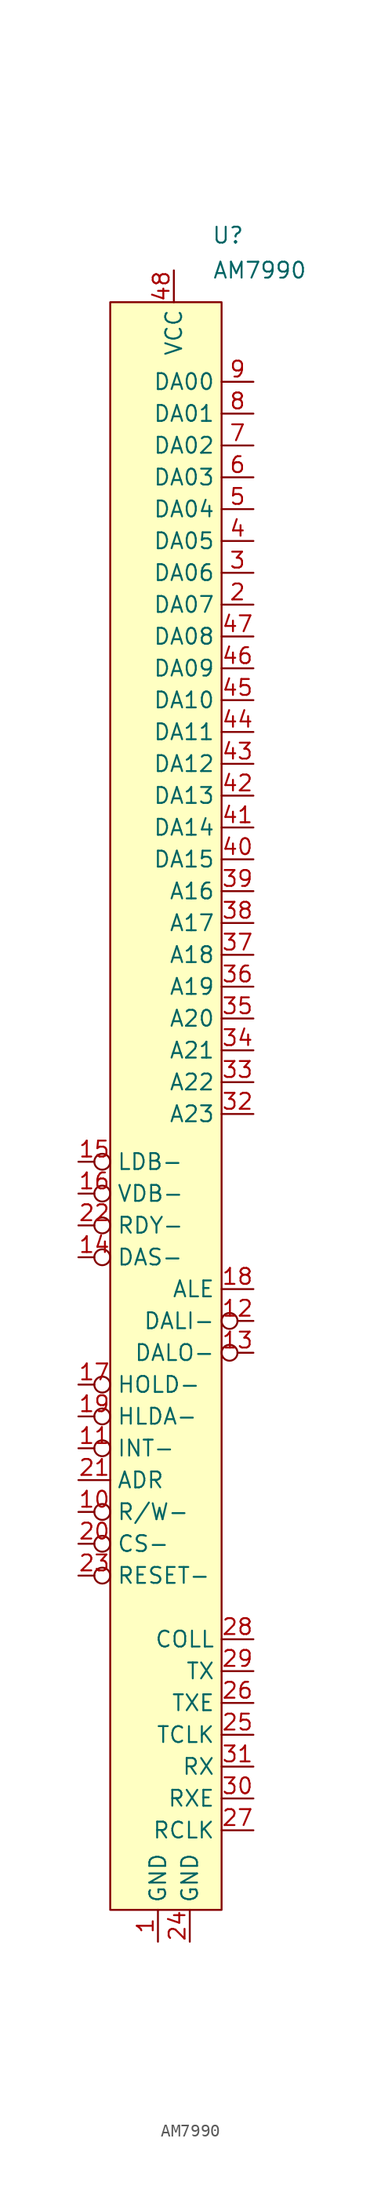
<source format=kicad_sym>
(kicad_symbol_lib
  (version 20231120)
  (generator "kicad_symbol_editor")
  (generator_version "8.0")
  (symbol "AM7990"
    (property "Reference" "U"
      (at 3.048 7.874 0)
      (effects (font (size 1.27 1.27))))
    (property "Value" "AM7990"
      (at 5.588 5.08 0)
      (effects (font (size 1.27 1.27))))
    (symbol "AM7990_1_1"
      (rectangle (start -6.35 2.54) (end 2.54 -125.73) (stroke (width 0) (type default)) (fill (type background)))
      (pin power_in line (at -2.54 -128.27 90) (length 2.54) (name "GND" (effects (font (size 1.27 1.27)))) (number "1" (effects (font (size 1.27 1.27)))))
      (pin bidirectional inverted (at -8.89 -93.98 0) (length 2.54) (name "R/W-" (effects (font (size 1.27 1.27)))) (number "10" (effects (font (size 1.27 1.27)))))
      (pin output inverted (at -8.89 -88.9 0) (length 2.54) (name "INT-" (effects (font (size 1.27 1.27)))) (number "11" (effects (font (size 1.27 1.27)))))
      (pin output inverted (at 5.08 -78.74 180) (length 2.54) (name "DALI-" (effects (font (size 1.27 1.27)))) (number "12" (effects (font (size 1.27 1.27)))))
      (pin output inverted (at 5.08 -81.28 180) (length 2.54) (name "DALO-" (effects (font (size 1.27 1.27)))) (number "13" (effects (font (size 1.27 1.27)))))
      (pin bidirectional inverted (at -8.89 -73.66 0) (length 2.54) (name "DAS-" (effects (font (size 1.27 1.27)))) (number "14" (effects (font (size 1.27 1.27)))))
      (pin output inverted (at -8.89 -66.04 0) (length 2.54) (name "LDB-" (effects (font (size 1.27 1.27)))) (number "15" (effects (font (size 1.27 1.27)))))
      (pin output inverted (at -8.89 -68.58 0) (length 2.54) (name "VDB-" (effects (font (size 1.27 1.27)))) (number "16" (effects (font (size 1.27 1.27)))))
      (pin output inverted (at -8.89 -83.82 0) (length 2.54) (name "HOLD-" (effects (font (size 1.27 1.27)))) (number "17" (effects (font (size 1.27 1.27)))))
      (pin output line (at 5.08 -76.2 180) (length 2.54) (name "ALE" (effects (font (size 1.27 1.27)))) (number "18" (effects (font (size 1.27 1.27)))))
      (pin input inverted (at -8.89 -86.36 0) (length 2.54) (name "HLDA-" (effects (font (size 1.27 1.27)))) (number "19" (effects (font (size 1.27 1.27)))))
      (pin bidirectional line (at 5.08 -21.59 180) (length 2.54) (name "DA07" (effects (font (size 1.27 1.27)))) (number "2" (effects (font (size 1.27 1.27)))))
      (pin input inverted (at -8.89 -96.52 0) (length 2.54) (name "CS-" (effects (font (size 1.27 1.27)))) (number "20" (effects (font (size 1.27 1.27)))))
      (pin input line (at -8.89 -91.44 0) (length 2.54) (name "ADR" (effects (font (size 1.27 1.27)))) (number "21" (effects (font (size 1.27 1.27)))))
      (pin bidirectional inverted (at -8.89 -71.12 0) (length 2.54) (name "RDY-" (effects (font (size 1.27 1.27)))) (number "22" (effects (font (size 1.27 1.27)))))
      (pin input inverted (at -8.89 -99.06 0) (length 2.54) (name "RESET-" (effects (font (size 1.27 1.27)))) (number "23" (effects (font (size 1.27 1.27)))))
      (pin power_in line (at 0 -128.27 90) (length 2.54) (name "GND" (effects (font (size 1.27 1.27)))) (number "24" (effects (font (size 1.27 1.27)))))
      (pin input line (at 5.08 -111.76 180) (length 2.54) (name "TCLK" (effects (font (size 1.27 1.27)))) (number "25" (effects (font (size 1.27 1.27)))))
      (pin output line (at 5.08 -109.22 180) (length 2.54) (name "TXE" (effects (font (size 1.27 1.27)))) (number "26" (effects (font (size 1.27 1.27)))))
      (pin input line (at 5.08 -119.38 180) (length 2.54) (name "RCLK" (effects (font (size 1.27 1.27)))) (number "27" (effects (font (size 1.27 1.27)))))
      (pin input line (at 5.08 -104.14 180) (length 2.54) (name "COLL" (effects (font (size 1.27 1.27)))) (number "28" (effects (font (size 1.27 1.27)))))
      (pin output line (at 5.08 -106.68 180) (length 2.54) (name "TX" (effects (font (size 1.27 1.27)))) (number "29" (effects (font (size 1.27 1.27)))))
      (pin bidirectional line (at 5.08 -19.05 180) (length 2.54) (name "DA06" (effects (font (size 1.27 1.27)))) (number "3" (effects (font (size 1.27 1.27)))))
      (pin input line (at 5.08 -116.84 180) (length 2.54) (name "RXE" (effects (font (size 1.27 1.27)))) (number "30" (effects (font (size 1.27 1.27)))))
      (pin input line (at 5.08 -114.3 180) (length 2.54) (name "RX" (effects (font (size 1.27 1.27)))) (number "31" (effects (font (size 1.27 1.27)))))
      (pin output line (at 5.08 -62.23 180) (length 2.54) (name "A23" (effects (font (size 1.27 1.27)))) (number "32" (effects (font (size 1.27 1.27)))))
      (pin output line (at 5.08 -59.69 180) (length 2.54) (name "A22" (effects (font (size 1.27 1.27)))) (number "33" (effects (font (size 1.27 1.27)))))
      (pin output line (at 5.08 -57.15 180) (length 2.54) (name "A21" (effects (font (size 1.27 1.27)))) (number "34" (effects (font (size 1.27 1.27)))))
      (pin output line (at 5.08 -54.61 180) (length 2.54) (name "A20" (effects (font (size 1.27 1.27)))) (number "35" (effects (font (size 1.27 1.27)))))
      (pin output line (at 5.08 -52.07 180) (length 2.54) (name "A19" (effects (font (size 1.27 1.27)))) (number "36" (effects (font (size 1.27 1.27)))))
      (pin output line (at 5.08 -49.53 180) (length 2.54) (name "A18" (effects (font (size 1.27 1.27)))) (number "37" (effects (font (size 1.27 1.27)))))
      (pin output line (at 5.08 -46.99 180) (length 2.54) (name "A17" (effects (font (size 1.27 1.27)))) (number "38" (effects (font (size 1.27 1.27)))))
      (pin output line (at 5.08 -44.45 180) (length 2.54) (name "A16" (effects (font (size 1.27 1.27)))) (number "39" (effects (font (size 1.27 1.27)))))
      (pin bidirectional line (at 5.08 -16.51 180) (length 2.54) (name "DA05" (effects (font (size 1.27 1.27)))) (number "4" (effects (font (size 1.27 1.27)))))
      (pin bidirectional line (at 5.08 -41.91 180) (length 2.54) (name "DA15" (effects (font (size 1.27 1.27)))) (number "40" (effects (font (size 1.27 1.27)))))
      (pin bidirectional line (at 5.08 -39.37 180) (length 2.54) (name "DA14" (effects (font (size 1.27 1.27)))) (number "41" (effects (font (size 1.27 1.27)))))
      (pin bidirectional line (at 5.08 -36.83 180) (length 2.54) (name "DA13" (effects (font (size 1.27 1.27)))) (number "42" (effects (font (size 1.27 1.27)))))
      (pin bidirectional line (at 5.08 -34.29 180) (length 2.54) (name "DA12" (effects (font (size 1.27 1.27)))) (number "43" (effects (font (size 1.27 1.27)))))
      (pin bidirectional line (at 5.08 -31.75 180) (length 2.54) (name "DA11" (effects (font (size 1.27 1.27)))) (number "44" (effects (font (size 1.27 1.27)))))
      (pin bidirectional line (at 5.08 -29.21 180) (length 2.54) (name "DA10" (effects (font (size 1.27 1.27)))) (number "45" (effects (font (size 1.27 1.27)))))
      (pin bidirectional line (at 5.08 -26.67 180) (length 2.54) (name "DA09" (effects (font (size 1.27 1.27)))) (number "46" (effects (font (size 1.27 1.27)))))
      (pin bidirectional line (at 5.08 -24.13 180) (length 2.54) (name "DA08" (effects (font (size 1.27 1.27)))) (number "47" (effects (font (size 1.27 1.27)))))
      (pin power_in line (at -1.27 5.08 270) (length 2.54) (name "VCC" (effects (font (size 1.27 1.27)))) (number "48" (effects (font (size 1.27 1.27)))))
      (pin bidirectional line (at 5.08 -13.97 180) (length 2.54) (name "DA04" (effects (font (size 1.27 1.27)))) (number "5" (effects (font (size 1.27 1.27)))))
      (pin bidirectional line (at 5.08 -11.43 180) (length 2.54) (name "DA03" (effects (font (size 1.27 1.27)))) (number "6" (effects (font (size 1.27 1.27)))))
      (pin bidirectional line (at 5.08 -8.89 180) (length 2.54) (name "DA02" (effects (font (size 1.27 1.27)))) (number "7" (effects (font (size 1.27 1.27)))))
      (pin bidirectional line (at 5.08 -6.35 180) (length 2.54) (name "DA01" (effects (font (size 1.27 1.27)))) (number "8" (effects (font (size 1.27 1.27)))))
      (pin bidirectional line (at 5.08 -3.81 180) (length 2.54) (name "DA00" (effects (font (size 1.27 1.27)))) (number "9" (effects (font (size 1.27 1.27))))))))
</source>
